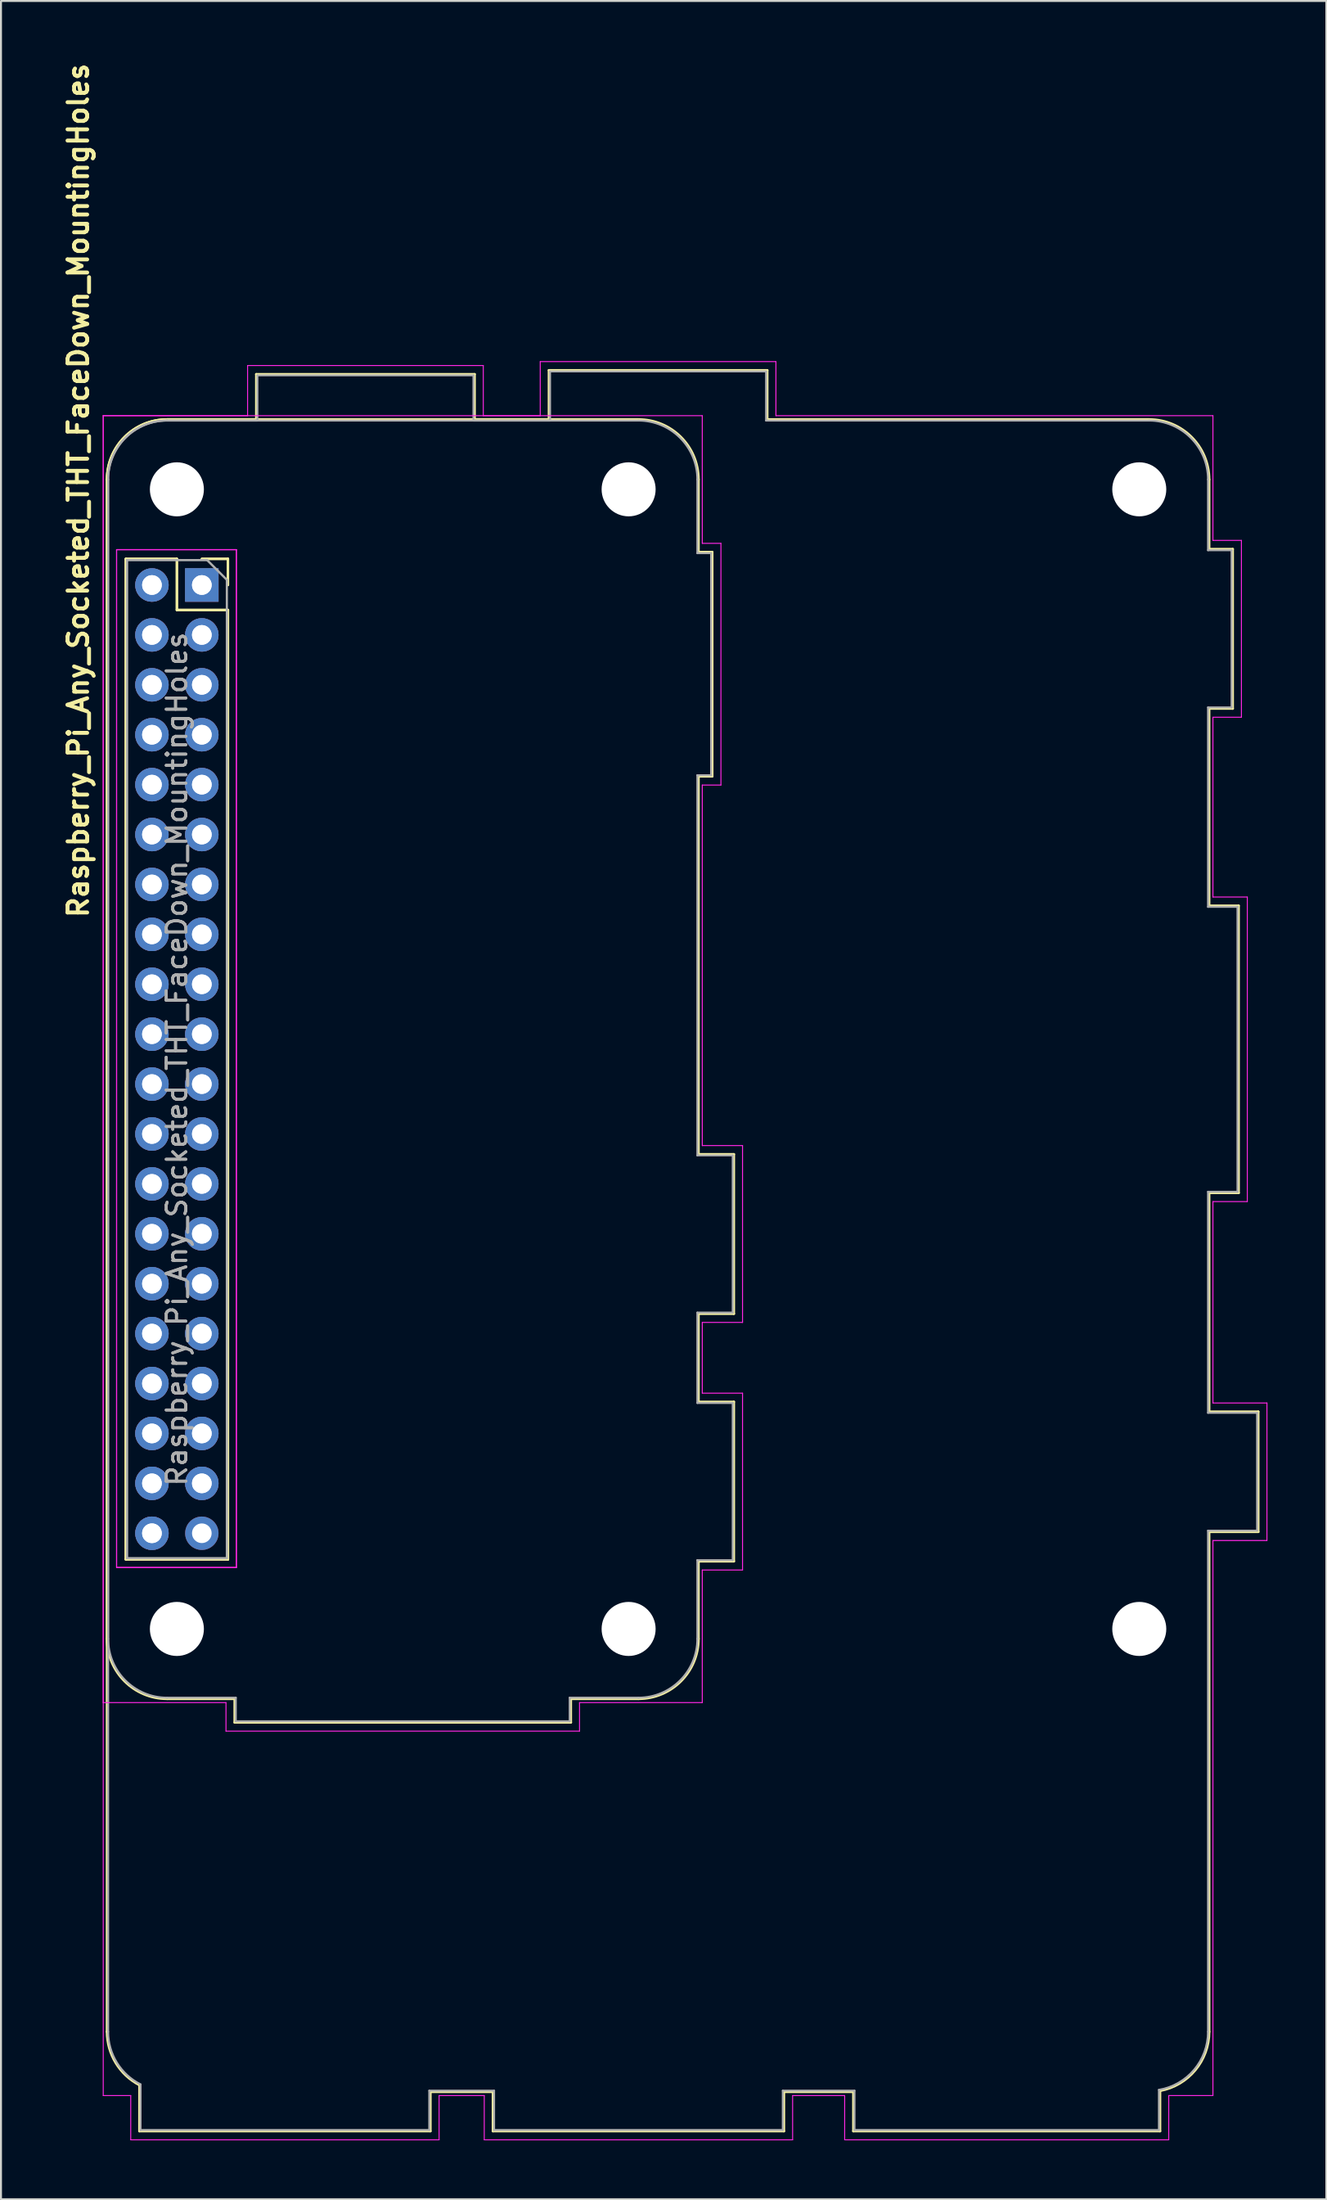
<source format=kicad_pcb>
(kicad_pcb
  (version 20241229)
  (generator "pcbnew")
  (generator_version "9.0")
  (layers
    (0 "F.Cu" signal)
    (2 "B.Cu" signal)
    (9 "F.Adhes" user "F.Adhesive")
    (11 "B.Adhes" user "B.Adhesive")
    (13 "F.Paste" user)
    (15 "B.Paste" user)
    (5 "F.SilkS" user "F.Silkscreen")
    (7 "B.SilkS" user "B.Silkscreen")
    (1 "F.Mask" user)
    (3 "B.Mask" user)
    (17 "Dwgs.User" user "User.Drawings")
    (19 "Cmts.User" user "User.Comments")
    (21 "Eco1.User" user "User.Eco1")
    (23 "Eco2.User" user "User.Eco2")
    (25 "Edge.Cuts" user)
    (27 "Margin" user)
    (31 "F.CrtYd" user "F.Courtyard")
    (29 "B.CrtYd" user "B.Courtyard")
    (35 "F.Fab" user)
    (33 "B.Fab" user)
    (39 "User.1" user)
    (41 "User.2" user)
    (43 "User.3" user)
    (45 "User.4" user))
  (footprint "Raspberry_Pi_Any_Socketed_THT_FaceDown_MountingHoles"
    (layer "F.Cu")
    (at 2.206 18.104)
    (property "Reference" "Raspberry_Pi_Any_Socketed_THT_FaceDown_MountingHoles" (at -1.27 3.81 90) (layer "F.SilkS") (effects (font (size 1 1) (thickness 0.2))))
    (attr through_hole)
    (fp_line (start 0.19 62.25) (end 0.19 3.25) (stroke (width 0.12) (type solid)) (layer "F.SilkS"))
    (fp_line (start 0.19 82.25) (end 0.19 3.25) (stroke (width 0.12) (type solid)) (layer "F.SilkS"))
    (fp_line (start 1.15 7.29) (end 1.15 58.21) (stroke (width 0.12) (type solid)) (layer "F.SilkS"))
    (fp_line (start 1.15 7.29) (end 1.15 58.21) (stroke (width 0.12) (type solid)) (layer "F.SilkS"))
    (fp_line (start 1.15 7.29) (end 3.75 7.29) (stroke (width 0.12) (type solid)) (layer "F.SilkS"))
    (fp_line (start 1.15 7.29) (end 3.75 7.29) (stroke (width 0.12) (type solid)) (layer "F.SilkS"))
    (fp_line (start 1.15 58.21) (end 6.35 58.21) (stroke (width 0.12) (type solid)) (layer "F.SilkS"))
    (fp_line (start 1.15 58.21) (end 6.35 58.21) (stroke (width 0.12) (type solid)) (layer "F.SilkS"))
    (fp_line (start 1.84 87.31) (end 1.842 84.967) (stroke (width 0.12) (type solid)) (layer "F.SilkS"))
    (fp_line (start 3.25 0.19) (end 7.79 0.19) (stroke (width 0.12) (type solid)) (layer "F.SilkS"))
    (fp_line (start 3.25 0.19) (end 22.69 0.19) (stroke (width 0.12) (type solid)) (layer "F.SilkS"))
    (fp_line (start 3.75 7.29) (end 3.75 9.89) (stroke (width 0.12) (type solid)) (layer "F.SilkS"))
    (fp_line (start 3.75 7.29) (end 3.75 9.89) (stroke (width 0.12) (type solid)) (layer "F.SilkS"))
    (fp_line (start 3.75 9.89) (end 6.35 9.89) (stroke (width 0.12) (type solid)) (layer "F.SilkS"))
    (fp_line (start 3.75 9.89) (end 6.35 9.89) (stroke (width 0.12) (type solid)) (layer "F.SilkS"))
    (fp_line (start 5.02 7.29) (end 6.35 7.29) (stroke (width 0.12) (type solid)) (layer "F.SilkS"))
    (fp_line (start 5.02 7.29) (end 6.35 7.29) (stroke (width 0.12) (type solid)) (layer "F.SilkS"))
    (fp_line (start 6.35 7.29) (end 6.35 8.62) (stroke (width 0.12) (type solid)) (layer "F.SilkS"))
    (fp_line (start 6.35 7.29) (end 6.35 8.62) (stroke (width 0.12) (type solid)) (layer "F.SilkS"))
    (fp_line (start 6.35 9.89) (end 6.35 58.21) (stroke (width 0.12) (type solid)) (layer "F.SilkS"))
    (fp_line (start 6.35 9.89) (end 6.35 58.21) (stroke (width 0.12) (type solid)) (layer "F.SilkS"))
    (fp_line (start 6.69 65.31) (end 3.25 65.31) (stroke (width 0.12) (type solid)) (layer "F.SilkS"))
    (fp_line (start 6.69 65.31) (end 6.69 66.51) (stroke (width 0.12) (type solid)) (layer "F.SilkS"))
    (fp_line (start 6.69 66.51) (end 23.81 66.51) (stroke (width 0.12) (type solid)) (layer "F.SilkS"))
    (fp_line (start 7.79 0.19) (end 7.79 -2.11) (stroke (width 0.12) (type solid)) (layer "F.SilkS"))
    (fp_line (start 16.66 85.31) (end 16.66 87.31) (stroke (width 0.12) (type solid)) (layer "F.SilkS"))
    (fp_line (start 16.66 87.31) (end 1.84 87.31) (stroke (width 0.12) (type solid)) (layer "F.SilkS"))
    (fp_line (start 18.91 -2.11) (end 7.79 -2.11) (stroke (width 0.12) (type solid)) (layer "F.SilkS"))
    (fp_line (start 18.91 0.19) (end 18.91 -2.11) (stroke (width 0.12) (type solid)) (layer "F.SilkS"))
    (fp_line (start 19.84 85.31) (end 16.66 85.31) (stroke (width 0.12) (type solid)) (layer "F.SilkS"))
    (fp_line (start 19.84 87.31) (end 19.84 85.31) (stroke (width 0.12) (type solid)) (layer "F.SilkS"))
    (fp_line (start 22.69 -2.31) (end 22.69 0.19) (stroke (width 0.12) (type solid)) (layer "F.SilkS"))
    (fp_line (start 23.81 65.31) (end 27.25 65.31) (stroke (width 0.12) (type solid)) (layer "F.SilkS"))
    (fp_line (start 23.81 66.51) (end 23.81 65.31) (stroke (width 0.12) (type solid)) (layer "F.SilkS"))
    (fp_line (start 27.25 0.19) (end 18.91 0.19) (stroke (width 0.12) (type solid)) (layer "F.SilkS"))
    (fp_line (start 30.31 6.94) (end 30.31 3.25) (stroke (width 0.12) (type solid)) (layer "F.SilkS"))
    (fp_line (start 30.31 18.36) (end 31.01 18.36) (stroke (width 0.12) (type solid)) (layer "F.SilkS"))
    (fp_line (start 30.31 37.59) (end 30.31 18.36) (stroke (width 0.12) (type solid)) (layer "F.SilkS"))
    (fp_line (start 30.31 45.71) (end 32.11 45.71) (stroke (width 0.12) (type solid)) (layer "F.SilkS"))
    (fp_line (start 30.31 50.19) (end 30.31 45.71) (stroke (width 0.12) (type solid)) (layer "F.SilkS"))
    (fp_line (start 30.31 58.31) (end 32.11 58.31) (stroke (width 0.12) (type solid)) (layer "F.SilkS"))
    (fp_line (start 30.31 62.25) (end 30.31 58.31) (stroke (width 0.12) (type solid)) (layer "F.SilkS"))
    (fp_line (start 31.01 6.94) (end 30.31 6.94) (stroke (width 0.12) (type solid)) (layer "F.SilkS"))
    (fp_line (start 31.01 18.36) (end 31.01 6.94) (stroke (width 0.12) (type solid)) (layer "F.SilkS"))
    (fp_line (start 32.11 37.59) (end 30.31 37.59) (stroke (width 0.12) (type solid)) (layer "F.SilkS"))
    (fp_line (start 32.11 45.71) (end 32.11 37.59) (stroke (width 0.12) (type solid)) (layer "F.SilkS"))
    (fp_line (start 32.11 50.19) (end 30.31 50.19) (stroke (width 0.12) (type solid)) (layer "F.SilkS"))
    (fp_line (start 32.11 58.31) (end 32.11 50.19) (stroke (width 0.12) (type solid)) (layer "F.SilkS"))
    (fp_line (start 33.81 -2.31) (end 22.69 -2.31) (stroke (width 0.12) (type solid)) (layer "F.SilkS"))
    (fp_line (start 33.81 0.19) (end 33.81 -2.31) (stroke (width 0.12) (type solid)) (layer "F.SilkS"))
    (fp_line (start 34.66 85.31) (end 34.66 87.31) (stroke (width 0.12) (type solid)) (layer "F.SilkS"))
    (fp_line (start 34.66 87.31) (end 19.84 87.31) (stroke (width 0.12) (type solid)) (layer "F.SilkS"))
    (fp_line (start 38.19 85.31) (end 34.66 85.31) (stroke (width 0.12) (type solid)) (layer "F.SilkS"))
    (fp_line (start 38.19 87.31) (end 38.19 85.31) (stroke (width 0.12) (type solid)) (layer "F.SilkS"))
    (fp_line (start 53.25 0.19) (end 33.81 0.19) (stroke (width 0.12) (type solid)) (layer "F.SilkS"))
    (fp_line (start 53.81 87.31) (end 38.19 87.31) (stroke (width 0.12) (type solid)) (layer "F.SilkS"))
    (fp_line (start 53.81 87.31) (end 53.81 85.258) (stroke (width 0.12) (type solid)) (layer "F.SilkS"))
    (fp_line (start 56.31 3.25) (end 56.31 6.79) (stroke (width 0.12) (type solid)) (layer "F.SilkS"))
    (fp_line (start 56.31 6.79) (end 57.51 6.79) (stroke (width 0.12) (type solid)) (layer "F.SilkS"))
    (fp_line (start 56.31 14.91) (end 56.31 24.94) (stroke (width 0.12) (type solid)) (layer "F.SilkS"))
    (fp_line (start 56.31 24.94) (end 57.81 24.94) (stroke (width 0.12) (type solid)) (layer "F.SilkS"))
    (fp_line (start 56.31 39.56) (end 56.31 50.69) (stroke (width 0.12) (type solid)) (layer "F.SilkS"))
    (fp_line (start 56.31 50.69) (end 58.81 50.69) (stroke (width 0.12) (type solid)) (layer "F.SilkS"))
    (fp_line (start 56.31 56.81) (end 56.31 82.25) (stroke (width 0.12) (type solid)) (layer "F.SilkS"))
    (fp_line (start 57.51 6.79) (end 57.51 14.91) (stroke (width 0.12) (type solid)) (layer "F.SilkS"))
    (fp_line (start 57.51 14.91) (end 56.31 14.91) (stroke (width 0.12) (type solid)) (layer "F.SilkS"))
    (fp_line (start 57.81 24.94) (end 57.81 39.56) (stroke (width 0.12) (type solid)) (layer "F.SilkS"))
    (fp_line (start 57.81 39.56) (end 56.31 39.56) (stroke (width 0.12) (type solid)) (layer "F.SilkS"))
    (fp_line (start 58.81 50.69) (end 58.81 56.81) (stroke (width 0.12) (type solid)) (layer "F.SilkS"))
    (fp_line (start 58.81 56.81) (end 56.31 56.81) (stroke (width 0.12) (type solid)) (layer "F.SilkS"))
    (fp_arc (start 0.19 3.25) (mid 1.086253 1.086253) (end 3.25 0.19) (stroke (width 0.12) (type solid)) (layer "F.SilkS"))
    (fp_arc (start 0.19 3.25) (mid 1.086253 1.086253) (end 3.25 0.19) (stroke (width 0.12) (type solid)) (layer "F.SilkS"))
    (fp_arc (start 1.841789 84.966715) (mid 0.635356 83.839728) (end 0.19 82.25) (stroke (width 0.12) (type solid)) (layer "F.SilkS"))
    (fp_arc (start 3.25 65.31) (mid 1.086253 64.413747) (end 0.19 62.25) (stroke (width 0.12) (type solid)) (layer "F.SilkS"))
    (fp_arc (start 27.25 0.19) (mid 29.413747 1.086253) (end 30.31 3.25) (stroke (width 0.12) (type solid)) (layer "F.SilkS"))
    (fp_arc (start 30.31 62.25) (mid 29.413747 64.413747) (end 27.25 65.31) (stroke (width 0.12) (type solid)) (layer "F.SilkS"))
    (fp_arc (start 53.25 0.19) (mid 55.413747 1.086253) (end 56.31 3.25) (stroke (width 0.12) (type solid)) (layer "F.SilkS"))
    (fp_arc (start 56.31 82.25) (mid 55.603325 84.205879) (end 53.809698 85.258378) (stroke (width 0.12) (type solid)) (layer "F.SilkS"))
    (fp_line (start 0 0) (end 7.35 0) (stroke (width 0.05) (type solid)) (layer "F.CrtYd"))
    (fp_line (start 0 0) (end 22.25 0) (stroke (width 0.05) (type solid)) (layer "F.CrtYd"))
    (fp_line (start 0 65.5) (end 0 0) (stroke (width 0.05) (type solid)) (layer "F.CrtYd"))
    (fp_line (start 0 65.5) (end 6.25 65.5) (stroke (width 0.05) (type solid)) (layer "F.CrtYd"))
    (fp_line (start 0 85.5) (end 0 0) (stroke (width 0.05) (type solid)) (layer "F.CrtYd"))
    (fp_line (start 0.68 6.82) (end 6.78 6.82) (stroke (width 0.05) (type solid)) (layer "F.CrtYd"))
    (fp_line (start 0.68 6.82) (end 6.78 6.82) (stroke (width 0.05) (type solid)) (layer "F.CrtYd"))
    (fp_line (start 0.68 58.62) (end 0.68 6.82) (stroke (width 0.05) (type solid)) (layer "F.CrtYd"))
    (fp_line (start 0.68 58.62) (end 0.68 6.82) (stroke (width 0.05) (type solid)) (layer "F.CrtYd"))
    (fp_line (start 1.4 85.5) (end 0 85.5) (stroke (width 0.05) (type solid)) (layer "F.CrtYd"))
    (fp_line (start 1.4 87.75) (end 1.4 85.5) (stroke (width 0.05) (type solid)) (layer "F.CrtYd"))
    (fp_line (start 6.25 66.95) (end 6.25 65.5) (stroke (width 0.05) (type solid)) (layer "F.CrtYd"))
    (fp_line (start 6.78 6.82) (end 6.78 58.62) (stroke (width 0.05) (type solid)) (layer "F.CrtYd"))
    (fp_line (start 6.78 6.82) (end 6.78 58.62) (stroke (width 0.05) (type solid)) (layer "F.CrtYd"))
    (fp_line (start 6.78 58.62) (end 0.68 58.62) (stroke (width 0.05) (type solid)) (layer "F.CrtYd"))
    (fp_line (start 6.78 58.62) (end 0.68 58.62) (stroke (width 0.05) (type solid)) (layer "F.CrtYd"))
    (fp_line (start 7.35 0) (end 7.35 -2.55) (stroke (width 0.05) (type solid)) (layer "F.CrtYd"))
    (fp_line (start 17.1 85.5) (end 17.1 87.75) (stroke (width 0.05) (type solid)) (layer "F.CrtYd"))
    (fp_line (start 17.1 87.75) (end 1.4 87.75) (stroke (width 0.05) (type solid)) (layer "F.CrtYd"))
    (fp_line (start 19.35 -2.55) (end 7.35 -2.55) (stroke (width 0.05) (type solid)) (layer "F.CrtYd"))
    (fp_line (start 19.35 0) (end 19.35 -2.55) (stroke (width 0.05) (type solid)) (layer "F.CrtYd"))
    (fp_line (start 19.4 85.5) (end 17.1 85.5) (stroke (width 0.05) (type solid)) (layer "F.CrtYd"))
    (fp_line (start 19.4 87.75) (end 19.4 85.5) (stroke (width 0.05) (type solid)) (layer "F.CrtYd"))
    (fp_line (start 22.25 -2.75) (end 34.25 -2.75) (stroke (width 0.05) (type solid)) (layer "F.CrtYd"))
    (fp_line (start 22.25 0) (end 22.25 -2.75) (stroke (width 0.05) (type solid)) (layer "F.CrtYd"))
    (fp_line (start 24.25 65.5) (end 30.5 65.5) (stroke (width 0.05) (type solid)) (layer "F.CrtYd"))
    (fp_line (start 24.25 66.95) (end 6.25 66.95) (stroke (width 0.05) (type solid)) (layer "F.CrtYd"))
    (fp_line (start 24.25 66.95) (end 24.25 65.5) (stroke (width 0.05) (type solid)) (layer "F.CrtYd"))
    (fp_line (start 30.5 0) (end 19.35 0) (stroke (width 0.05) (type solid)) (layer "F.CrtYd"))
    (fp_line (start 30.5 6.5) (end 30.5 0) (stroke (width 0.05) (type solid)) (layer "F.CrtYd"))
    (fp_line (start 30.5 37.15) (end 30.5 18.8) (stroke (width 0.05) (type solid)) (layer "F.CrtYd"))
    (fp_line (start 30.5 46.15) (end 30.5 49.75) (stroke (width 0.05) (type solid)) (layer "F.CrtYd"))
    (fp_line (start 30.5 58.75) (end 30.5 65.5) (stroke (width 0.05) (type solid)) (layer "F.CrtYd"))
    (fp_line (start 31.45 6.5) (end 30.5 6.5) (stroke (width 0.05) (type solid)) (layer "F.CrtYd"))
    (fp_line (start 31.45 6.5) (end 31.45 18.8) (stroke (width 0.05) (type solid)) (layer "F.CrtYd"))
    (fp_line (start 31.45 18.8) (end 30.5 18.8) (stroke (width 0.05) (type solid)) (layer "F.CrtYd"))
    (fp_line (start 32.55 37.15) (end 30.5 37.15) (stroke (width 0.05) (type solid)) (layer "F.CrtYd"))
    (fp_line (start 32.55 46.15) (end 30.5 46.15) (stroke (width 0.05) (type solid)) (layer "F.CrtYd"))
    (fp_line (start 32.55 46.15) (end 32.55 37.15) (stroke (width 0.05) (type solid)) (layer "F.CrtYd"))
    (fp_line (start 32.55 49.75) (end 30.5 49.75) (stroke (width 0.05) (type solid)) (layer "F.CrtYd"))
    (fp_line (start 32.55 58.75) (end 30.5 58.75) (stroke (width 0.05) (type solid)) (layer "F.CrtYd"))
    (fp_line (start 32.55 58.75) (end 32.55 49.75) (stroke (width 0.05) (type solid)) (layer "F.CrtYd"))
    (fp_line (start 34.25 -2.75) (end 34.25 0) (stroke (width 0.05) (type solid)) (layer "F.CrtYd"))
    (fp_line (start 34.25 0) (end 56.5 0) (stroke (width 0.05) (type solid)) (layer "F.CrtYd"))
    (fp_line (start 35.1 85.5) (end 35.1 87.75) (stroke (width 0.05) (type solid)) (layer "F.CrtYd"))
    (fp_line (start 35.1 87.75) (end 19.4 87.75) (stroke (width 0.05) (type solid)) (layer "F.CrtYd"))
    (fp_line (start 37.75 85.5) (end 35.1 85.5) (stroke (width 0.05) (type solid)) (layer "F.CrtYd"))
    (fp_line (start 37.75 87.75) (end 37.75 85.5) (stroke (width 0.05) (type solid)) (layer "F.CrtYd"))
    (fp_line (start 54.25 85.5) (end 54.25 87.75) (stroke (width 0.05) (type solid)) (layer "F.CrtYd"))
    (fp_line (start 54.25 87.75) (end 37.75 87.75) (stroke (width 0.05) (type solid)) (layer "F.CrtYd"))
    (fp_line (start 56.5 0) (end 56.5 6.35) (stroke (width 0.05) (type solid)) (layer "F.CrtYd"))
    (fp_line (start 56.5 6.35) (end 57.95 6.35) (stroke (width 0.05) (type solid)) (layer "F.CrtYd"))
    (fp_line (start 56.5 15.35) (end 56.5 24.5) (stroke (width 0.05) (type solid)) (layer "F.CrtYd"))
    (fp_line (start 56.5 24.5) (end 58.25 24.5) (stroke (width 0.05) (type solid)) (layer "F.CrtYd"))
    (fp_line (start 56.5 40) (end 56.5 50.25) (stroke (width 0.05) (type solid)) (layer "F.CrtYd"))
    (fp_line (start 56.5 50.25) (end 59.25 50.25) (stroke (width 0.05) (type solid)) (layer "F.CrtYd"))
    (fp_line (start 56.5 57.25) (end 56.5 85.5) (stroke (width 0.05) (type solid)) (layer "F.CrtYd"))
    (fp_line (start 56.5 85.5) (end 54.25 85.5) (stroke (width 0.05) (type solid)) (layer "F.CrtYd"))
    (fp_line (start 57.95 6.35) (end 57.95 15.35) (stroke (width 0.05) (type solid)) (layer "F.CrtYd"))
    (fp_line (start 57.95 15.35) (end 56.5 15.35) (stroke (width 0.05) (type solid)) (layer "F.CrtYd"))
    (fp_line (start 58.25 24.5) (end 58.25 40) (stroke (width 0.05) (type solid)) (layer "F.CrtYd"))
    (fp_line (start 58.25 40) (end 56.5 40) (stroke (width 0.05) (type solid)) (layer "F.CrtYd"))
    (fp_line (start 59.25 50.25) (end 59.25 57.25) (stroke (width 0.05) (type solid)) (layer "F.CrtYd"))
    (fp_line (start 59.25 57.25) (end 56.5 57.25) (stroke (width 0.05) (type solid)) (layer "F.CrtYd"))
    (fp_line (start 0.25 62.25) (end 0.25 3.25) (stroke (width 0.1) (type solid)) (layer "F.Fab"))
    (fp_line (start 0.25 82.25) (end 0.25 3.25) (stroke (width 0.1) (type solid)) (layer "F.Fab"))
    (fp_line (start 1.21 7.35) (end 5.29 7.35) (stroke (width 0.1) (type solid)) (layer "F.Fab"))
    (fp_line (start 1.21 7.35) (end 5.29 7.35) (stroke (width 0.1) (type solid)) (layer "F.Fab"))
    (fp_line (start 1.21 58.15) (end 1.21 7.35) (stroke (width 0.1) (type solid)) (layer "F.Fab"))
    (fp_line (start 1.21 58.15) (end 1.21 7.35) (stroke (width 0.1) (type solid)) (layer "F.Fab"))
    (fp_line (start 1.9 87.25) (end 16.6 87.25) (stroke (width 0.1) (type solid)) (layer "F.Fab"))
    (fp_line (start 1.902 84.93) (end 1.9 87.25) (stroke (width 0.1) (type solid)) (layer "F.Fab"))
    (fp_line (start 3.25 0.25) (end 7.85 0.25) (stroke (width 0.1) (type solid)) (layer "F.Fab"))
    (fp_line (start 3.25 0.25) (end 22.75 0.25) (stroke (width 0.1) (type solid)) (layer "F.Fab"))
    (fp_line (start 3.25 65.25) (end 6.75 65.25) (stroke (width 0.1) (type solid)) (layer "F.Fab"))
    (fp_line (start 5.29 7.35) (end 6.29 8.35) (stroke (width 0.1) (type solid)) (layer "F.Fab"))
    (fp_line (start 5.29 7.35) (end 6.29 8.35) (stroke (width 0.1) (type solid)) (layer "F.Fab"))
    (fp_line (start 6.29 8.35) (end 6.29 58.15) (stroke (width 0.1) (type solid)) (layer "F.Fab"))
    (fp_line (start 6.29 8.35) (end 6.29 58.15) (stroke (width 0.1) (type solid)) (layer "F.Fab"))
    (fp_line (start 6.29 58.15) (end 1.21 58.15) (stroke (width 0.1) (type solid)) (layer "F.Fab"))
    (fp_line (start 6.29 58.15) (end 1.21 58.15) (stroke (width 0.1) (type solid)) (layer "F.Fab"))
    (fp_line (start 6.75 65.25) (end 6.75 66.45) (stroke (width 0.1) (type solid)) (layer "F.Fab"))
    (fp_line (start 6.75 66.45) (end 23.75 66.45) (stroke (width 0.1) (type solid)) (layer "F.Fab"))
    (fp_line (start 7.85 0.25) (end 7.85 -2.05) (stroke (width 0.1) (type solid)) (layer "F.Fab"))
    (fp_line (start 16.6 85.25) (end 19.9 85.25) (stroke (width 0.1) (type solid)) (layer "F.Fab"))
    (fp_line (start 16.6 87.25) (end 16.6 85.25) (stroke (width 0.1) (type solid)) (layer "F.Fab"))
    (fp_line (start 18.85 -2.05) (end 7.85 -2.05) (stroke (width 0.1) (type solid)) (layer "F.Fab"))
    (fp_line (start 18.85 -2.05) (end 18.85 0.25) (stroke (width 0.1) (type solid)) (layer "F.Fab"))
    (fp_line (start 18.85 0.25) (end 27.25 0.25) (stroke (width 0.1) (type solid)) (layer "F.Fab"))
    (fp_line (start 19.9 85.25) (end 19.9 87.25) (stroke (width 0.1) (type solid)) (layer "F.Fab"))
    (fp_line (start 19.9 87.25) (end 34.6 87.25) (stroke (width 0.1) (type solid)) (layer "F.Fab"))
    (fp_line (start 22.75 -2.25) (end 22.75 0.25) (stroke (width 0.1) (type solid)) (layer "F.Fab"))
    (fp_line (start 23.75 65.25) (end 23.75 66.45) (stroke (width 0.1) (type solid)) (layer "F.Fab"))
    (fp_line (start 27.25 65.25) (end 23.75 65.25) (stroke (width 0.1) (type solid)) (layer "F.Fab"))
    (fp_line (start 30.25 7) (end 30.25 3.25) (stroke (width 0.1) (type solid)) (layer "F.Fab"))
    (fp_line (start 30.25 7) (end 30.95 7) (stroke (width 0.1) (type solid)) (layer "F.Fab"))
    (fp_line (start 30.25 18.3) (end 30.95 18.3) (stroke (width 0.1) (type solid)) (layer "F.Fab"))
    (fp_line (start 30.25 37.65) (end 30.25 18.3) (stroke (width 0.1) (type solid)) (layer "F.Fab"))
    (fp_line (start 30.25 45.65) (end 32.05 45.65) (stroke (width 0.1) (type solid)) (layer "F.Fab"))
    (fp_line (start 30.25 50.25) (end 30.25 45.65) (stroke (width 0.1) (type solid)) (layer "F.Fab"))
    (fp_line (start 30.25 58.25) (end 30.25 62.25) (stroke (width 0.1) (type solid)) (layer "F.Fab"))
    (fp_line (start 30.25 58.25) (end 32.05 58.25) (stroke (width 0.1) (type solid)) (layer "F.Fab"))
    (fp_line (start 30.95 18.3) (end 30.95 7) (stroke (width 0.1) (type solid)) (layer "F.Fab"))
    (fp_line (start 32.05 37.65) (end 30.25 37.65) (stroke (width 0.1) (type solid)) (layer "F.Fab"))
    (fp_line (start 32.05 45.65) (end 32.05 37.65) (stroke (width 0.1) (type solid)) (layer "F.Fab"))
    (fp_line (start 32.05 50.25) (end 30.25 50.25) (stroke (width 0.1) (type solid)) (layer "F.Fab"))
    (fp_line (start 32.05 58.25) (end 32.05 50.25) (stroke (width 0.1) (type solid)) (layer "F.Fab"))
    (fp_line (start 33.75 -2.25) (end 22.75 -2.25) (stroke (width 0.1) (type solid)) (layer "F.Fab"))
    (fp_line (start 33.75 0.25) (end 33.75 -2.25) (stroke (width 0.1) (type solid)) (layer "F.Fab"))
    (fp_line (start 34.6 85.25) (end 38.25 85.25) (stroke (width 0.1) (type solid)) (layer "F.Fab"))
    (fp_line (start 34.6 87.25) (end 34.6 85.25) (stroke (width 0.1) (type solid)) (layer "F.Fab"))
    (fp_line (start 38.25 85.25) (end 38.25 87.25) (stroke (width 0.1) (type solid)) (layer "F.Fab"))
    (fp_line (start 38.25 87.25) (end 53.75 87.25) (stroke (width 0.1) (type solid)) (layer "F.Fab"))
    (fp_line (start 53.25 0.25) (end 33.75 0.25) (stroke (width 0.1) (type solid)) (layer "F.Fab"))
    (fp_line (start 53.75 87.25) (end 53.75 85.208) (stroke (width 0.1) (type solid)) (layer "F.Fab"))
    (fp_line (start 56.25 3.25) (end 56.25 6.85) (stroke (width 0.1) (type solid)) (layer "F.Fab"))
    (fp_line (start 56.25 6.85) (end 57.45 6.85) (stroke (width 0.1) (type solid)) (layer "F.Fab"))
    (fp_line (start 56.25 14.85) (end 56.25 25) (stroke (width 0.1) (type solid)) (layer "F.Fab"))
    (fp_line (start 56.25 25) (end 57.75 25) (stroke (width 0.1) (type solid)) (layer "F.Fab"))
    (fp_line (start 56.25 39.5) (end 56.25 50.75) (stroke (width 0.1) (type solid)) (layer "F.Fab"))
    (fp_line (start 56.25 50.75) (end 58.75 50.75) (stroke (width 0.1) (type solid)) (layer "F.Fab"))
    (fp_line (start 56.25 56.75) (end 56.25 82.25) (stroke (width 0.1) (type solid)) (layer "F.Fab"))
    (fp_line (start 57.45 6.85) (end 57.45 14.85) (stroke (width 0.1) (type solid)) (layer "F.Fab"))
    (fp_line (start 57.45 14.85) (end 56.25 14.85) (stroke (width 0.1) (type solid)) (layer "F.Fab"))
    (fp_line (start 57.75 25) (end 57.75 39.5) (stroke (width 0.1) (type solid)) (layer "F.Fab"))
    (fp_line (start 57.75 39.5) (end 56.25 39.5) (stroke (width 0.1) (type solid)) (layer "F.Fab"))
    (fp_line (start 58.75 50.75) (end 58.75 56.75) (stroke (width 0.1) (type solid)) (layer "F.Fab"))
    (fp_line (start 58.75 56.75) (end 56.25 56.75) (stroke (width 0.1) (type solid)) (layer "F.Fab"))
    (fp_arc (start 0.25 3.25) (mid 1.12868 1.12868) (end 3.25 0.25) (stroke (width 0.1) (type solid)) (layer "F.Fab"))
    (fp_arc (start 0.25 3.25) (mid 1.12868 1.12868) (end 3.25 0.25) (stroke (width 0.1) (type solid)) (layer "F.Fab"))
    (fp_arc (start 1.902043 84.930114) (mid 0.696192 83.824187) (end 0.25 82.25) (stroke (width 0.1) (type solid)) (layer "F.Fab"))
    (fp_arc (start 3.25 65.25) (mid 1.12868 64.37132) (end 0.25 62.25) (stroke (width 0.1) (type solid)) (layer "F.Fab"))
    (fp_arc (start 27.25 0.25) (mid 29.37132 1.12868) (end 30.25 3.25) (stroke (width 0.1) (type solid)) (layer "F.Fab"))
    (fp_arc (start 30.25 62.25) (mid 29.37132 64.37132) (end 27.25 65.25) (stroke (width 0.1) (type solid)) (layer "F.Fab"))
    (fp_arc (start 53.25 0.25) (mid 55.37132 1.12868) (end 56.25 3.25) (stroke (width 0.1) (type solid)) (layer "F.Fab"))
    (fp_arc (start 56.25 82.25) (mid 55.541388 84.186373) (end 53.750306 85.207988) (stroke (width 0.1) (type solid)) (layer "F.Fab"))
    (fp_text user "${REFERENCE}" (at 3.75 32.75 90) (layer "F.Fab") (effects (font (size 1 1) (thickness 0.15))))
    (fp_text user "${REFERENCE}" (at 3.75 32.75 90) (layer "F.Fab") (effects (font (size 1 1) (thickness 0.15))))
    (pad "" np_thru_hole circle (at 3.75 3.75 90) (size 2.75 2.75) (drill 2.75) (layers "*.Cu" "*.Mask"))
    (pad "" np_thru_hole circle (at 3.75 61.75 90) (size 2.75 2.75) (drill 2.75) (layers "*.Cu" "*.Mask"))
    (pad "" np_thru_hole circle (at 26.75 3.75 90) (size 2.75 2.75) (drill 2.75) (layers "*.Cu" "*.Mask"))
    (pad "" np_thru_hole circle (at 26.75 61.75 90) (size 2.75 2.75) (drill 2.75) (layers "*.Cu" "*.Mask"))
    (pad "" np_thru_hole circle (at 52.75 3.75 90) (size 2.75 2.75) (drill 2.75) (layers "*.Cu" "*.Mask"))
    (pad "" np_thru_hole circle (at 52.75 61.75 90) (size 2.75 2.75) (drill 2.75) (layers "*.Cu" "*.Mask"))
    (pad "1" thru_hole rect (at 5.02 8.62) (size 1.7 1.7) (drill 1) (layers "*.Cu" "*.Mask"))
    (pad "1" thru_hole rect (at 5.02 8.62) (size 1.7 1.7) (drill 1) (layers "*.Cu" "*.Mask"))
    (pad "2" thru_hole oval (at 2.48 8.62) (size 1.7 1.7) (drill 1) (layers "*.Cu" "*.Mask"))
    (pad "2" thru_hole oval (at 2.48 8.62) (size 1.7 1.7) (drill 1) (layers "*.Cu" "*.Mask"))
    (pad "3" thru_hole oval (at 5.02 11.16) (size 1.7 1.7) (drill 1) (layers "*.Cu" "*.Mask"))
    (pad "3" thru_hole oval (at 5.02 11.16) (size 1.7 1.7) (drill 1) (layers "*.Cu" "*.Mask"))
    (pad "4" thru_hole oval (at 2.48 11.16) (size 1.7 1.7) (drill 1) (layers "*.Cu" "*.Mask"))
    (pad "4" thru_hole oval (at 2.48 11.16) (size 1.7 1.7) (drill 1) (layers "*.Cu" "*.Mask"))
    (pad "5" thru_hole oval (at 5.02 13.7) (size 1.7 1.7) (drill 1) (layers "*.Cu" "*.Mask"))
    (pad "5" thru_hole oval (at 5.02 13.7) (size 1.7 1.7) (drill 1) (layers "*.Cu" "*.Mask"))
    (pad "6" thru_hole oval (at 2.48 13.7) (size 1.7 1.7) (drill 1) (layers "*.Cu" "*.Mask"))
    (pad "6" thru_hole oval (at 2.48 13.7) (size 1.7 1.7) (drill 1) (layers "*.Cu" "*.Mask"))
    (pad "7" thru_hole oval (at 5.02 16.24) (size 1.7 1.7) (drill 1) (layers "*.Cu" "*.Mask"))
    (pad "7" thru_hole oval (at 5.02 16.24) (size 1.7 1.7) (drill 1) (layers "*.Cu" "*.Mask"))
    (pad "8" thru_hole oval (at 2.48 16.24) (size 1.7 1.7) (drill 1) (layers "*.Cu" "*.Mask"))
    (pad "8" thru_hole oval (at 2.48 16.24) (size 1.7 1.7) (drill 1) (layers "*.Cu" "*.Mask"))
    (pad "9" thru_hole oval (at 5.02 18.78) (size 1.7 1.7) (drill 1) (layers "*.Cu" "*.Mask"))
    (pad "9" thru_hole oval (at 5.02 18.78) (size 1.7 1.7) (drill 1) (layers "*.Cu" "*.Mask"))
    (pad "10" thru_hole oval (at 2.48 18.78) (size 1.7 1.7) (drill 1) (layers "*.Cu" "*.Mask"))
    (pad "10" thru_hole oval (at 2.48 18.78) (size 1.7 1.7) (drill 1) (layers "*.Cu" "*.Mask"))
    (pad "11" thru_hole oval (at 5.02 21.32) (size 1.7 1.7) (drill 1) (layers "*.Cu" "*.Mask"))
    (pad "11" thru_hole oval (at 5.02 21.32) (size 1.7 1.7) (drill 1) (layers "*.Cu" "*.Mask"))
    (pad "12" thru_hole oval (at 2.48 21.32) (size 1.7 1.7) (drill 1) (layers "*.Cu" "*.Mask"))
    (pad "12" thru_hole oval (at 2.48 21.32) (size 1.7 1.7) (drill 1) (layers "*.Cu" "*.Mask"))
    (pad "13" thru_hole oval (at 5.02 23.86) (size 1.7 1.7) (drill 1) (layers "*.Cu" "*.Mask"))
    (pad "13" thru_hole oval (at 5.02 23.86) (size 1.7 1.7) (drill 1) (layers "*.Cu" "*.Mask"))
    (pad "14" thru_hole oval (at 2.48 23.86) (size 1.7 1.7) (drill 1) (layers "*.Cu" "*.Mask"))
    (pad "14" thru_hole oval (at 2.48 23.86) (size 1.7 1.7) (drill 1) (layers "*.Cu" "*.Mask"))
    (pad "15" thru_hole oval (at 5.02 26.4) (size 1.7 1.7) (drill 1) (layers "*.Cu" "*.Mask"))
    (pad "15" thru_hole oval (at 5.02 26.4) (size 1.7 1.7) (drill 1) (layers "*.Cu" "*.Mask"))
    (pad "16" thru_hole oval (at 2.48 26.4) (size 1.7 1.7) (drill 1) (layers "*.Cu" "*.Mask"))
    (pad "16" thru_hole oval (at 2.48 26.4) (size 1.7 1.7) (drill 1) (layers "*.Cu" "*.Mask"))
    (pad "17" thru_hole oval (at 5.02 28.94) (size 1.7 1.7) (drill 1) (layers "*.Cu" "*.Mask"))
    (pad "17" thru_hole oval (at 5.02 28.94) (size 1.7 1.7) (drill 1) (layers "*.Cu" "*.Mask"))
    (pad "18" thru_hole oval (at 2.48 28.94) (size 1.7 1.7) (drill 1) (layers "*.Cu" "*.Mask"))
    (pad "18" thru_hole oval (at 2.48 28.94) (size 1.7 1.7) (drill 1) (layers "*.Cu" "*.Mask"))
    (pad "19" thru_hole oval (at 5.02 31.48) (size 1.7 1.7) (drill 1) (layers "*.Cu" "*.Mask"))
    (pad "19" thru_hole oval (at 5.02 31.48) (size 1.7 1.7) (drill 1) (layers "*.Cu" "*.Mask"))
    (pad "20" thru_hole oval (at 2.48 31.48) (size 1.7 1.7) (drill 1) (layers "*.Cu" "*.Mask"))
    (pad "20" thru_hole oval (at 2.48 31.48) (size 1.7 1.7) (drill 1) (layers "*.Cu" "*.Mask"))
    (pad "21" thru_hole oval (at 5.02 34.02) (size 1.7 1.7) (drill 1) (layers "*.Cu" "*.Mask"))
    (pad "21" thru_hole oval (at 5.02 34.02) (size 1.7 1.7) (drill 1) (layers "*.Cu" "*.Mask"))
    (pad "22" thru_hole oval (at 2.48 34.02) (size 1.7 1.7) (drill 1) (layers "*.Cu" "*.Mask"))
    (pad "22" thru_hole oval (at 2.48 34.02) (size 1.7 1.7) (drill 1) (layers "*.Cu" "*.Mask"))
    (pad "23" thru_hole oval (at 5.02 36.56) (size 1.7 1.7) (drill 1) (layers "*.Cu" "*.Mask"))
    (pad "23" thru_hole oval (at 5.02 36.56) (size 1.7 1.7) (drill 1) (layers "*.Cu" "*.Mask"))
    (pad "24" thru_hole oval (at 2.48 36.56) (size 1.7 1.7) (drill 1) (layers "*.Cu" "*.Mask"))
    (pad "24" thru_hole oval (at 2.48 36.56) (size 1.7 1.7) (drill 1) (layers "*.Cu" "*.Mask"))
    (pad "25" thru_hole oval (at 5.02 39.1) (size 1.7 1.7) (drill 1) (layers "*.Cu" "*.Mask"))
    (pad "25" thru_hole oval (at 5.02 39.1) (size 1.7 1.7) (drill 1) (layers "*.Cu" "*.Mask"))
    (pad "26" thru_hole oval (at 2.48 39.1) (size 1.7 1.7) (drill 1) (layers "*.Cu" "*.Mask"))
    (pad "26" thru_hole oval (at 2.48 39.1) (size 1.7 1.7) (drill 1) (layers "*.Cu" "*.Mask"))
    (pad "27" thru_hole oval (at 5.02 41.64) (size 1.7 1.7) (drill 1) (layers "*.Cu" "*.Mask"))
    (pad "27" thru_hole oval (at 5.02 41.64) (size 1.7 1.7) (drill 1) (layers "*.Cu" "*.Mask"))
    (pad "28" thru_hole oval (at 2.48 41.64) (size 1.7 1.7) (drill 1) (layers "*.Cu" "*.Mask"))
    (pad "28" thru_hole oval (at 2.48 41.64) (size 1.7 1.7) (drill 1) (layers "*.Cu" "*.Mask"))
    (pad "29" thru_hole oval (at 5.02 44.18) (size 1.7 1.7) (drill 1) (layers "*.Cu" "*.Mask"))
    (pad "29" thru_hole oval (at 5.02 44.18) (size 1.7 1.7) (drill 1) (layers "*.Cu" "*.Mask"))
    (pad "30" thru_hole oval (at 2.48 44.18) (size 1.7 1.7) (drill 1) (layers "*.Cu" "*.Mask"))
    (pad "30" thru_hole oval (at 2.48 44.18) (size 1.7 1.7) (drill 1) (layers "*.Cu" "*.Mask"))
    (pad "31" thru_hole oval (at 5.02 46.72) (size 1.7 1.7) (drill 1) (layers "*.Cu" "*.Mask"))
    (pad "31" thru_hole oval (at 5.02 46.72) (size 1.7 1.7) (drill 1) (layers "*.Cu" "*.Mask"))
    (pad "32" thru_hole oval (at 2.48 46.72) (size 1.7 1.7) (drill 1) (layers "*.Cu" "*.Mask"))
    (pad "32" thru_hole oval (at 2.48 46.72) (size 1.7 1.7) (drill 1) (layers "*.Cu" "*.Mask"))
    (pad "33" thru_hole oval (at 5.02 49.26) (size 1.7 1.7) (drill 1) (layers "*.Cu" "*.Mask"))
    (pad "33" thru_hole oval (at 5.02 49.26) (size 1.7 1.7) (drill 1) (layers "*.Cu" "*.Mask"))
    (pad "34" thru_hole oval (at 2.48 49.26) (size 1.7 1.7) (drill 1) (layers "*.Cu" "*.Mask"))
    (pad "34" thru_hole oval (at 2.48 49.26) (size 1.7 1.7) (drill 1) (layers "*.Cu" "*.Mask"))
    (pad "35" thru_hole oval (at 5.02 51.8) (size 1.7 1.7) (drill 1) (layers "*.Cu" "*.Mask"))
    (pad "35" thru_hole oval (at 5.02 51.8) (size 1.7 1.7) (drill 1) (layers "*.Cu" "*.Mask"))
    (pad "36" thru_hole oval (at 2.48 51.8) (size 1.7 1.7) (drill 1) (layers "*.Cu" "*.Mask"))
    (pad "36" thru_hole oval (at 2.48 51.8) (size 1.7 1.7) (drill 1) (layers "*.Cu" "*.Mask"))
    (pad "37" thru_hole oval (at 5.02 54.34) (size 1.7 1.7) (drill 1) (layers "*.Cu" "*.Mask"))
    (pad "37" thru_hole oval (at 5.02 54.34) (size 1.7 1.7) (drill 1) (layers "*.Cu" "*.Mask"))
    (pad "38" thru_hole oval (at 2.48 54.34) (size 1.7 1.7) (drill 1) (layers "*.Cu" "*.Mask"))
    (pad "38" thru_hole oval (at 2.48 54.34) (size 1.7 1.7) (drill 1) (layers "*.Cu" "*.Mask"))
    (pad "39" thru_hole oval (at 5.02 56.88) (size 1.7 1.7) (drill 1) (layers "*.Cu" "*.Mask"))
    (pad "40" thru_hole oval (at 2.48 56.88) (size 1.7 1.7) (drill 1) (layers "*.Cu" "*.Mask"))
    (pad "40" thru_hole oval (at 2.48 56.88) (size 1.7 1.7) (drill 1) (layers "*.Cu" "*.Mask")))
  (gr_rect
    (start -3 -3)
    (end 64.481 108.879)
    (stroke (width 0.1) (type default))
    (fill no)
    (layer "Edge.Cuts")))
</source>
